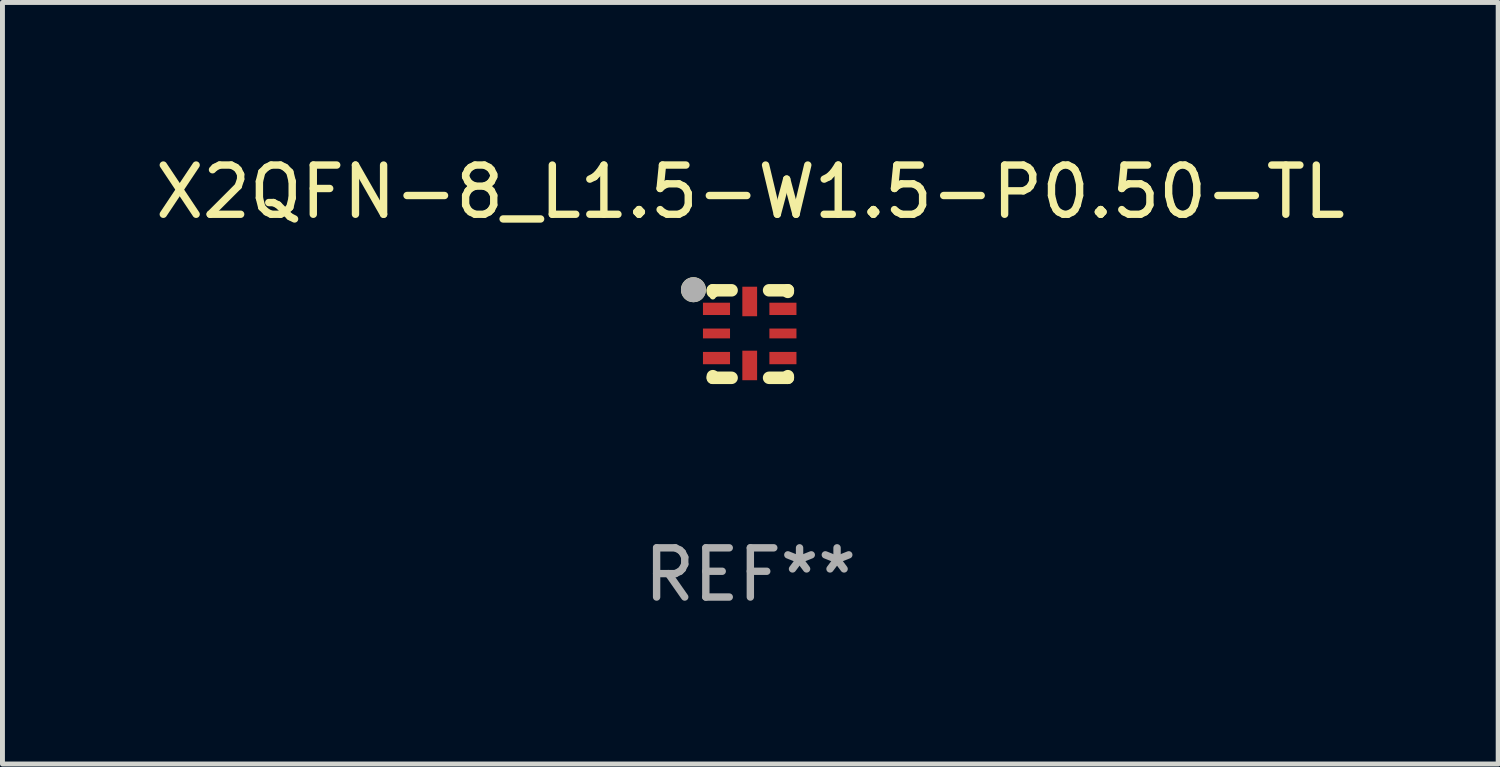
<source format=kicad_pcb>
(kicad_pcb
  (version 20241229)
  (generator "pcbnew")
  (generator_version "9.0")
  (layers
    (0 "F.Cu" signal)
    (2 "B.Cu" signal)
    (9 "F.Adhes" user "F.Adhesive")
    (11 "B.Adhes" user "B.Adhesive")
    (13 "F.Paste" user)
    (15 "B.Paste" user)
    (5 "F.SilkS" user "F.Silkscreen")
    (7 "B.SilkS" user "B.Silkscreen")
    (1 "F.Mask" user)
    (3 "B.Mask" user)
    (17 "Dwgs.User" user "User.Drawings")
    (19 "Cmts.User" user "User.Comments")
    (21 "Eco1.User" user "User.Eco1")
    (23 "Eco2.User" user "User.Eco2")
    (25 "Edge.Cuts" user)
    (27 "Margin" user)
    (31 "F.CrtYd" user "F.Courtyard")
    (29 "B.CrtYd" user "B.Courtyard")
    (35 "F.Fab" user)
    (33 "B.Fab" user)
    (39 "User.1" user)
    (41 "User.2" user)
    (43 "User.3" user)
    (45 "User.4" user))
  (footprint "X2QFN-8_L1.5-W1.5-P0.50-TL"
    (layer "F.Cu")
    (at 12.184 3.726)
    (property "Reference" "X2QFN-8_L1.5-W1.5-P0.50-TL" (at 0.013 -2.877 0) (layer "F.SilkS") (effects (font (size 1 1) (thickness 0.15))))
    (attr smd)
    (fp_line (start -0.749 -0.877) (end -0.749 -0.845) (stroke (width 0.254) (type solid)) (layer "F.SilkS"))
    (fp_line (start -0.749 0.868) (end -0.749 0.901) (stroke (width 0.254) (type solid)) (layer "F.SilkS"))
    (fp_line (start -0.749 0.901) (end -0.368 0.901) (stroke (width 0.254) (type solid)) (layer "F.SilkS"))
    (fp_line (start -0.368 -0.877) (end -0.749 -0.877) (stroke (width 0.254) (type solid)) (layer "F.SilkS"))
    (fp_line (start 0.394 0.901) (end 0.775 0.901) (stroke (width 0.254) (type solid)) (layer "F.SilkS"))
    (fp_line (start 0.775 -0.877) (end 0.394 -0.877) (stroke (width 0.254) (type solid)) (layer "F.SilkS"))
    (fp_line (start 0.775 -0.845) (end 0.775 -0.877) (stroke (width 0.254) (type solid)) (layer "F.SilkS"))
    (fp_line (start 0.775 0.901) (end 0.775 0.868) (stroke (width 0.254) (type solid)) (layer "F.SilkS"))
    (fp_circle (center -1.143 -0.889) (end -1.016 -0.889) (stroke (width 0.254) (type solid)) (fill no) (layer "F.SilkS"))
    (fp_circle (center -0.75 -0.75) (end -0.72 -0.75) (stroke (width 0.06) (type solid)) (fill no) (layer "F.SilkS"))
    (fp_circle (center -1.143 -0.889) (end -1.016 -0.889) (stroke (width 0.254) (type solid)) (fill no) (layer "F.Fab"))
    (fp_text user "REF**" (at 0.013 4.901 0) (layer "F.Fab") (effects (font (size 1 1) (thickness 0.15))))
    (pad "1" smd rect (at -0.675 -0.5 180) (size 0.55 0.25) (layers "F.Cu" "F.Mask" "F.Paste"))
    (pad "2" smd rect (at -0.675 0.000127 180) (size 0.55 0.2) (layers "F.Cu" "F.Mask" "F.Paste"))
    (pad "3" smd rect (at -0.675 0.5 180) (size 0.55 0.25) (layers "F.Cu" "F.Mask" "F.Paste"))
    (pad "4" smd rect (at 0.000254 0.65 270) (size 0.6 0.3) (layers "F.Cu" "F.Mask" "F.Paste"))
    (pad "5" smd rect (at 0.675 0.5 180) (size 0.55 0.25) (layers "F.Cu" "F.Mask" "F.Paste"))
    (pad "6" smd rect (at 0.675 0.000127 180) (size 0.55 0.2) (layers "F.Cu" "F.Mask" "F.Paste"))
    (pad "7" smd rect (at 0.675 -0.5 180) (size 0.55 0.25) (layers "F.Cu" "F.Mask" "F.Paste"))
    (pad "8" smd rect (at 0.000254 -0.65 270) (size 0.6 0.3) (layers "F.Cu" "F.Mask" "F.Paste")))
  (gr_rect
    (start -3 -3)
    (end 27.393 12.475)
    (stroke (width 0.1) (type default))
    (fill no)
    (layer "Edge.Cuts")))
</source>
